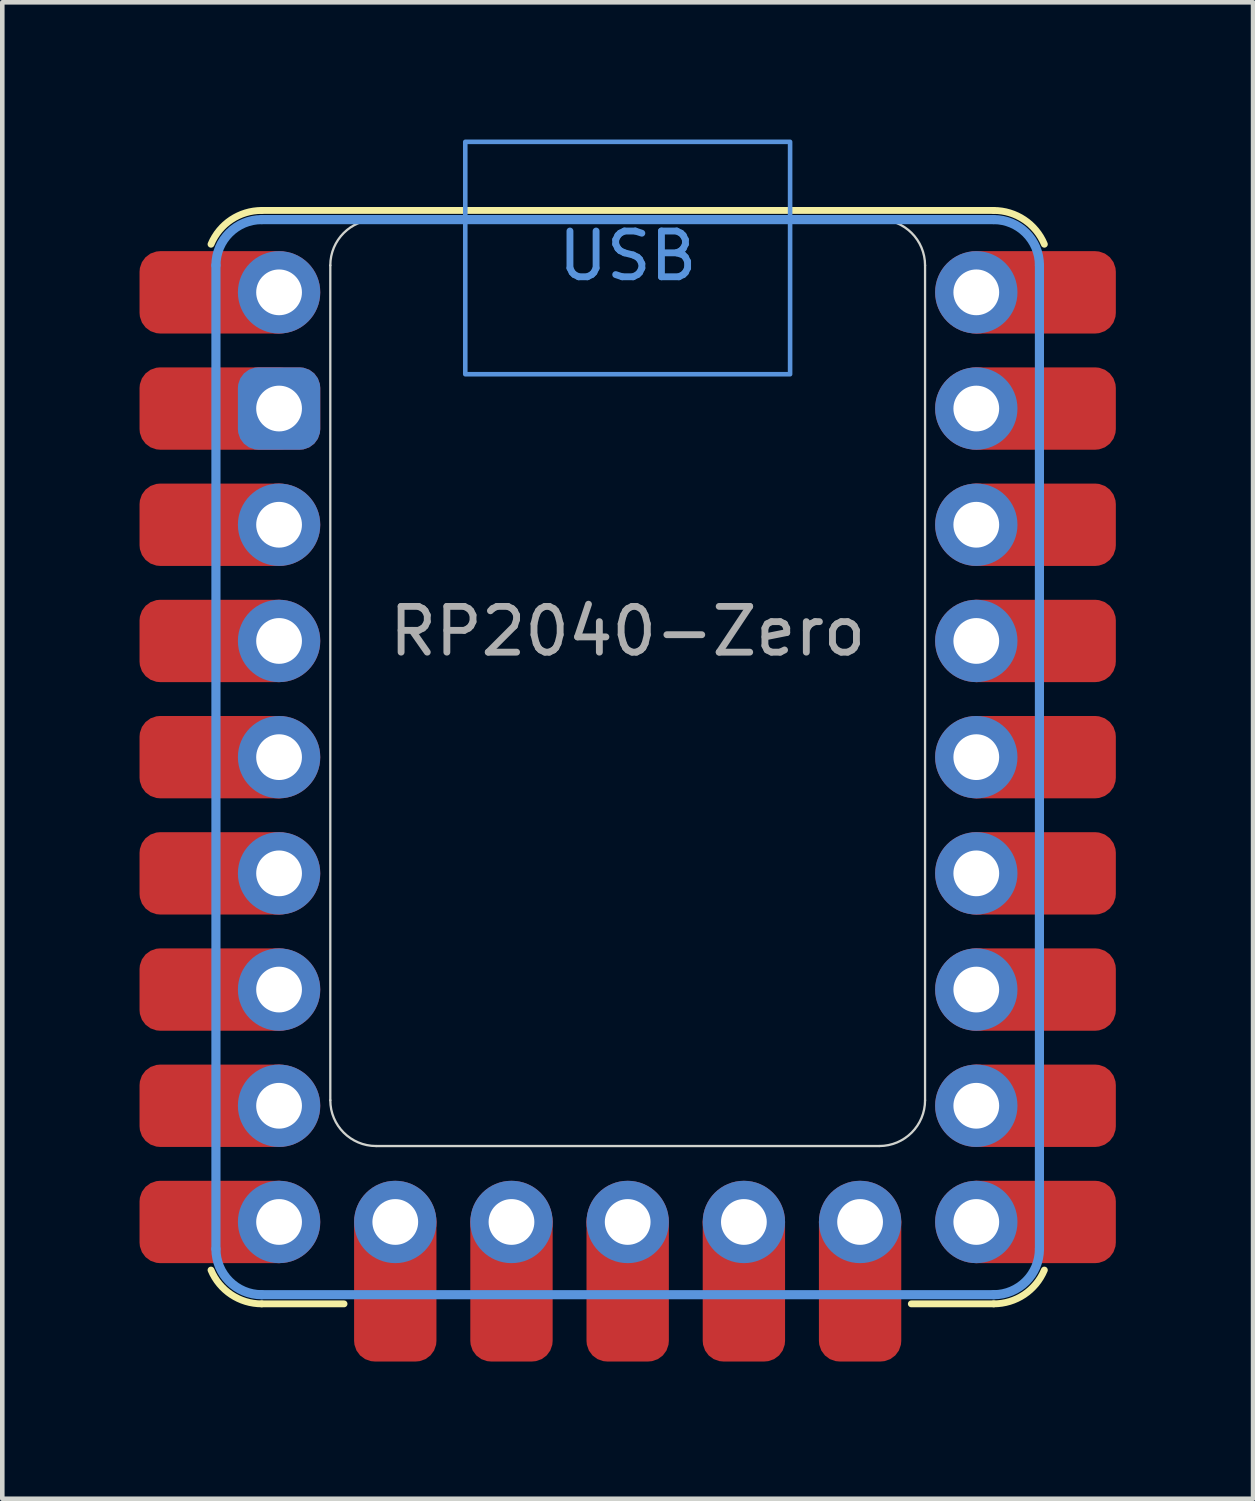
<source format=kicad_pcb>
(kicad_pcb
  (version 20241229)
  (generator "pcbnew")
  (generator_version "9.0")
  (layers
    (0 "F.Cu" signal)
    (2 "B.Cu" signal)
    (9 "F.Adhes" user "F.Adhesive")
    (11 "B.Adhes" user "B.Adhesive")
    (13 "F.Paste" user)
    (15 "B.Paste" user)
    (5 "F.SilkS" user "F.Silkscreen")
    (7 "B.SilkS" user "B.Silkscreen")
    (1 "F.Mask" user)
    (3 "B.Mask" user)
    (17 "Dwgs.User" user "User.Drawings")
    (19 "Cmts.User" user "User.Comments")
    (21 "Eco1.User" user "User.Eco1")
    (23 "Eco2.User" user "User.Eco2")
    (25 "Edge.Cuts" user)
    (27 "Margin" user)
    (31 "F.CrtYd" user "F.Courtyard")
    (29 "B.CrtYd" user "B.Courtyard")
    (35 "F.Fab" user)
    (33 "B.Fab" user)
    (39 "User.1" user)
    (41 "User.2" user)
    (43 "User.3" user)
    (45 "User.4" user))
  (footprint "RP2040-Zero"
    (layer "F.Cu")
    (at 10.67 13.5)
    (property "Reference" "RP2040-Zero" (at 0 -2.75 0) (unlocked yes) (layer "F.Fab") (effects (font (size 1 1) (thickness 0.15))))
    (attr through_hole)
    (fp_line (start -8 -11.95) (end 8 -11.95) (stroke (width 0.15) (type default)) (layer "F.SilkS"))
    (fp_line (start -8 11.95) (end -6.2 11.95) (stroke (width 0.15) (type default)) (layer "F.SilkS"))
    (fp_line (start 8 11.95) (end 6.2 11.95) (stroke (width 0.15) (type default)) (layer "F.SilkS"))
    (fp_arc (start -9.107693 -11.211539) (mid -8.665641 -11.748461) (end -8.000001 -11.950001) (stroke (width 0.15) (type default)) (layer "F.SilkS"))
    (fp_arc (start -8.000001 11.950001) (mid -8.665641 11.748461) (end -9.107693 11.211539) (stroke (width 0.15) (type default)) (layer "F.SilkS"))
    (fp_arc (start 8.000001 -11.950001) (mid 8.665641 -11.748461) (end 9.107693 -11.211539) (stroke (width 0.15) (type default)) (layer "F.SilkS"))
    (fp_arc (start 9.107693 11.211539) (mid 8.665641 11.748461) (end 8.000001 11.950001) (stroke (width 0.15) (type default)) (layer "F.SilkS"))
    (fp_line (start -9 10.75) (end -9 -10.75) (stroke (width 0.2) (type default)) (layer "Cmts.User"))
    (fp_line (start -8 -11.75) (end 8 -11.75) (stroke (width 0.2) (type default)) (layer "Cmts.User"))
    (fp_line (start 8 11.75) (end -8 11.75) (stroke (width 0.2) (type default)) (layer "Cmts.User"))
    (fp_line (start 9 -10.75) (end 9 10.75) (stroke (width 0.2) (type default)) (layer "Cmts.User"))
    (fp_rect (start -3.55 -13.45) (end 3.55 -8.37) (stroke (width 0.1) (type default)) (fill no) (layer "Cmts.User"))
    (fp_arc (start -9 -10.75) (mid -8.707107 -11.457107) (end -8 -11.75) (stroke (width 0.2) (type default)) (layer "Cmts.User"))
    (fp_arc (start -8 11.75) (mid -8.707107 11.457107) (end -9 10.75) (stroke (width 0.2) (type default)) (layer "Cmts.User"))
    (fp_arc (start 8 -11.75) (mid 8.707107 -11.457107) (end 9 -10.75) (stroke (width 0.2) (type default)) (layer "Cmts.User"))
    (fp_arc (start 9 10.75) (mid 8.707107 11.457107) (end 8 11.75) (stroke (width 0.2) (type default)) (layer "Cmts.User"))
    (fp_line (start -6.5 7.5) (end -6.5 -10.75) (stroke (width 0.05) (type default)) (layer "Edge.Cuts"))
    (fp_line (start 5.5 -11.75) (end -5.5 -11.75) (stroke (width 0.05) (type default)) (layer "Edge.Cuts"))
    (fp_line (start 5.5 8.5) (end -5.5 8.5) (stroke (width 0.05) (type default)) (layer "Edge.Cuts"))
    (fp_line (start 6.5 -10.75) (end 6.5 7.5) (stroke (width 0.05) (type default)) (layer "Edge.Cuts"))
    (fp_arc (start -6.5 -10.75) (mid -6.207107 -11.457107) (end -5.5 -11.75) (stroke (width 0.05) (type default)) (layer "Edge.Cuts"))
    (fp_arc (start -5.5 8.5) (mid -6.207107 8.207107) (end -6.5 7.5) (stroke (width 0.05) (type default)) (layer "Edge.Cuts"))
    (fp_arc (start 5.5 -11.75) (mid 6.207107 -11.457107) (end 6.5 -10.75) (stroke (width 0.05) (type default)) (layer "Edge.Cuts"))
    (fp_arc (start 6.5 7.5) (mid 6.207107 8.207107) (end 5.5 8.5) (stroke (width 0.05) (type default)) (layer "Edge.Cuts"))
    (fp_text user "USB" (at 0 -10.37 0) (layer "Cmts.User") (effects (font (size 1 1) (thickness 0.15)) (justify bottom)))
    (pad "1" smd roundrect (at -8.92 -10.16) (size 3.5 1.8) (layers "F.Cu" "F.Mask") (roundrect_rratio 0.25))
    (pad "1" thru_hole circle (at -7.62 -10.16) (size 1.8 1.8) (drill 1) (layers "*.Cu" "*.Mask"))
    (pad "2" smd roundrect (at -8.92 -7.62) (size 3.5 1.8) (layers "F.Cu" "F.Mask") (roundrect_rratio 0.25))
    (pad "2" thru_hole roundrect (at -7.62 -7.62) (size 1.8 1.8) (drill 1) (layers "*.Cu" "*.Mask") (roundrect_rratio 0.25))
    (pad "3" smd roundrect (at -8.92 -5.08) (size 3.5 1.8) (layers "F.Cu" "F.Mask") (roundrect_rratio 0.25))
    (pad "3" thru_hole circle (at -7.62 -5.08) (size 1.8 1.8) (drill 1) (layers "*.Cu" "*.Mask"))
    (pad "4" smd roundrect (at -8.92 -2.54) (size 3.5 1.8) (layers "F.Cu" "F.Mask") (roundrect_rratio 0.25))
    (pad "4" thru_hole circle (at -7.62 -2.54) (size 1.8 1.8) (drill 1) (layers "*.Cu" "*.Mask"))
    (pad "5" smd roundrect (at -8.92 0) (size 3.5 1.8) (layers "F.Cu" "F.Mask") (roundrect_rratio 0.25))
    (pad "5" thru_hole circle (at -7.62 0) (size 1.8 1.8) (drill 1) (layers "*.Cu" "*.Mask"))
    (pad "6" smd roundrect (at -8.92 2.54) (size 3.5 1.8) (layers "F.Cu" "F.Mask") (roundrect_rratio 0.25))
    (pad "6" thru_hole circle (at -7.62 2.54) (size 1.8 1.8) (drill 1) (layers "*.Cu" "*.Mask"))
    (pad "7" smd roundrect (at -8.92 5.08) (size 3.5 1.8) (layers "F.Cu" "F.Mask") (roundrect_rratio 0.25))
    (pad "7" thru_hole circle (at -7.62 5.08) (size 1.8 1.8) (drill 1) (layers "*.Cu" "*.Mask"))
    (pad "8" smd roundrect (at -8.92 7.62) (size 3.5 1.8) (layers "F.Cu" "F.Mask") (roundrect_rratio 0.25))
    (pad "8" thru_hole circle (at -7.62 7.62) (size 1.8 1.8) (drill 1) (layers "*.Cu" "*.Mask"))
    (pad "9" smd roundrect (at -8.92 10.16) (size 3.5 1.8) (layers "F.Cu" "F.Mask") (roundrect_rratio 0.25))
    (pad "9" thru_hole circle (at -7.62 10.16) (size 1.8 1.8) (drill 1) (layers "*.Cu" "*.Mask"))
    (pad "10" thru_hole circle (at 7.62 -10.16 180) (size 1.8 1.8) (drill 1) (layers "*.Cu" "*.Mask"))
    (pad "10" smd roundrect (at 8.92 -10.16 180) (size 3.5 1.8) (layers "F.Cu" "F.Mask") (roundrect_rratio 0.25))
    (pad "11" thru_hole circle (at 7.62 -7.62 180) (size 1.8 1.8) (drill 1) (layers "*.Cu" "*.Mask"))
    (pad "11" smd roundrect (at 8.92 -7.62 180) (size 3.5 1.8) (layers "F.Cu" "F.Mask") (roundrect_rratio 0.25))
    (pad "12" thru_hole circle (at 7.62 -5.08 180) (size 1.8 1.8) (drill 1) (layers "*.Cu" "*.Mask"))
    (pad "12" smd roundrect (at 8.92 -5.08 180) (size 3.5 1.8) (layers "F.Cu" "F.Mask") (roundrect_rratio 0.25))
    (pad "13" thru_hole circle (at 7.62 -2.54) (size 1.8 1.8) (drill 1) (layers "*.Cu" "*.Mask"))
    (pad "13" smd roundrect (at 8.92 -2.54) (size 3.5 1.8) (layers "F.Cu" "F.Mask") (roundrect_rratio 0.25))
    (pad "14" thru_hole circle (at 7.62 0) (size 1.8 1.8) (drill 1) (layers "*.Cu" "*.Mask"))
    (pad "14" smd roundrect (at 8.92 0) (size 3.5 1.8) (layers "F.Cu" "F.Mask") (roundrect_rratio 0.25))
    (pad "15" thru_hole circle (at 7.62 2.54) (size 1.8 1.8) (drill 1) (layers "*.Cu" "*.Mask"))
    (pad "15" smd roundrect (at 8.92 2.54) (size 3.5 1.8) (layers "F.Cu" "F.Mask") (roundrect_rratio 0.25))
    (pad "16" thru_hole circle (at 7.62 5.08) (size 1.8 1.8) (drill 1) (layers "*.Cu" "*.Mask"))
    (pad "16" smd roundrect (at 8.92 5.08) (size 3.5 1.8) (layers "F.Cu" "F.Mask") (roundrect_rratio 0.25))
    (pad "17" thru_hole circle (at 7.62 7.62) (size 1.8 1.8) (drill 1) (layers "*.Cu" "*.Mask"))
    (pad "17" smd roundrect (at 8.92 7.62) (size 3.5 1.8) (layers "F.Cu" "F.Mask") (roundrect_rratio 0.25))
    (pad "18" thru_hole circle (at 7.62 10.16) (size 1.8 1.8) (drill 1) (layers "*.Cu" "*.Mask"))
    (pad "18" smd roundrect (at 8.92 10.16) (size 3.5 1.8) (layers "F.Cu" "F.Mask") (roundrect_rratio 0.25))
    (pad "19" thru_hole circle (at -5.08 10.16 270) (size 1.8 1.8) (drill 1) (layers "*.Cu" "*.Mask"))
    (pad "19" smd roundrect (at -5.08 11.46 270) (size 3.5 1.8) (layers "F.Cu" "F.Mask") (roundrect_rratio 0.25))
    (pad "20" thru_hole circle (at -2.54 10.16 270) (size 1.8 1.8) (drill 1) (layers "*.Cu" "*.Mask"))
    (pad "20" smd roundrect (at -2.54 11.46 270) (size 3.5 1.8) (layers "F.Cu" "F.Mask") (roundrect_rratio 0.25))
    (pad "21" thru_hole circle (at 0 10.16 270) (size 1.8 1.8) (drill 1) (layers "*.Cu" "*.Mask"))
    (pad "21" smd roundrect (at 0 11.46 270) (size 3.5 1.8) (layers "F.Cu" "F.Mask") (roundrect_rratio 0.25))
    (pad "22" thru_hole circle (at 2.54 10.16 270) (size 1.8 1.8) (drill 1) (layers "*.Cu" "*.Mask"))
    (pad "22" smd roundrect (at 2.54 11.46 270) (size 3.5 1.8) (layers "F.Cu" "F.Mask") (roundrect_rratio 0.25))
    (pad "23" thru_hole circle (at 5.08 10.16 270) (size 1.8 1.8) (drill 1) (layers "*.Cu" "*.Mask"))
    (pad "23" smd roundrect (at 5.08 11.46 270) (size 3.5 1.8) (layers "F.Cu" "F.Mask") (roundrect_rratio 0.25)))
  (gr_rect
    (start -3 -3)
    (end 24.34 29.71)
    (stroke (width 0.1) (type default))
    (fill no)
    (layer "Edge.Cuts")))
</source>
